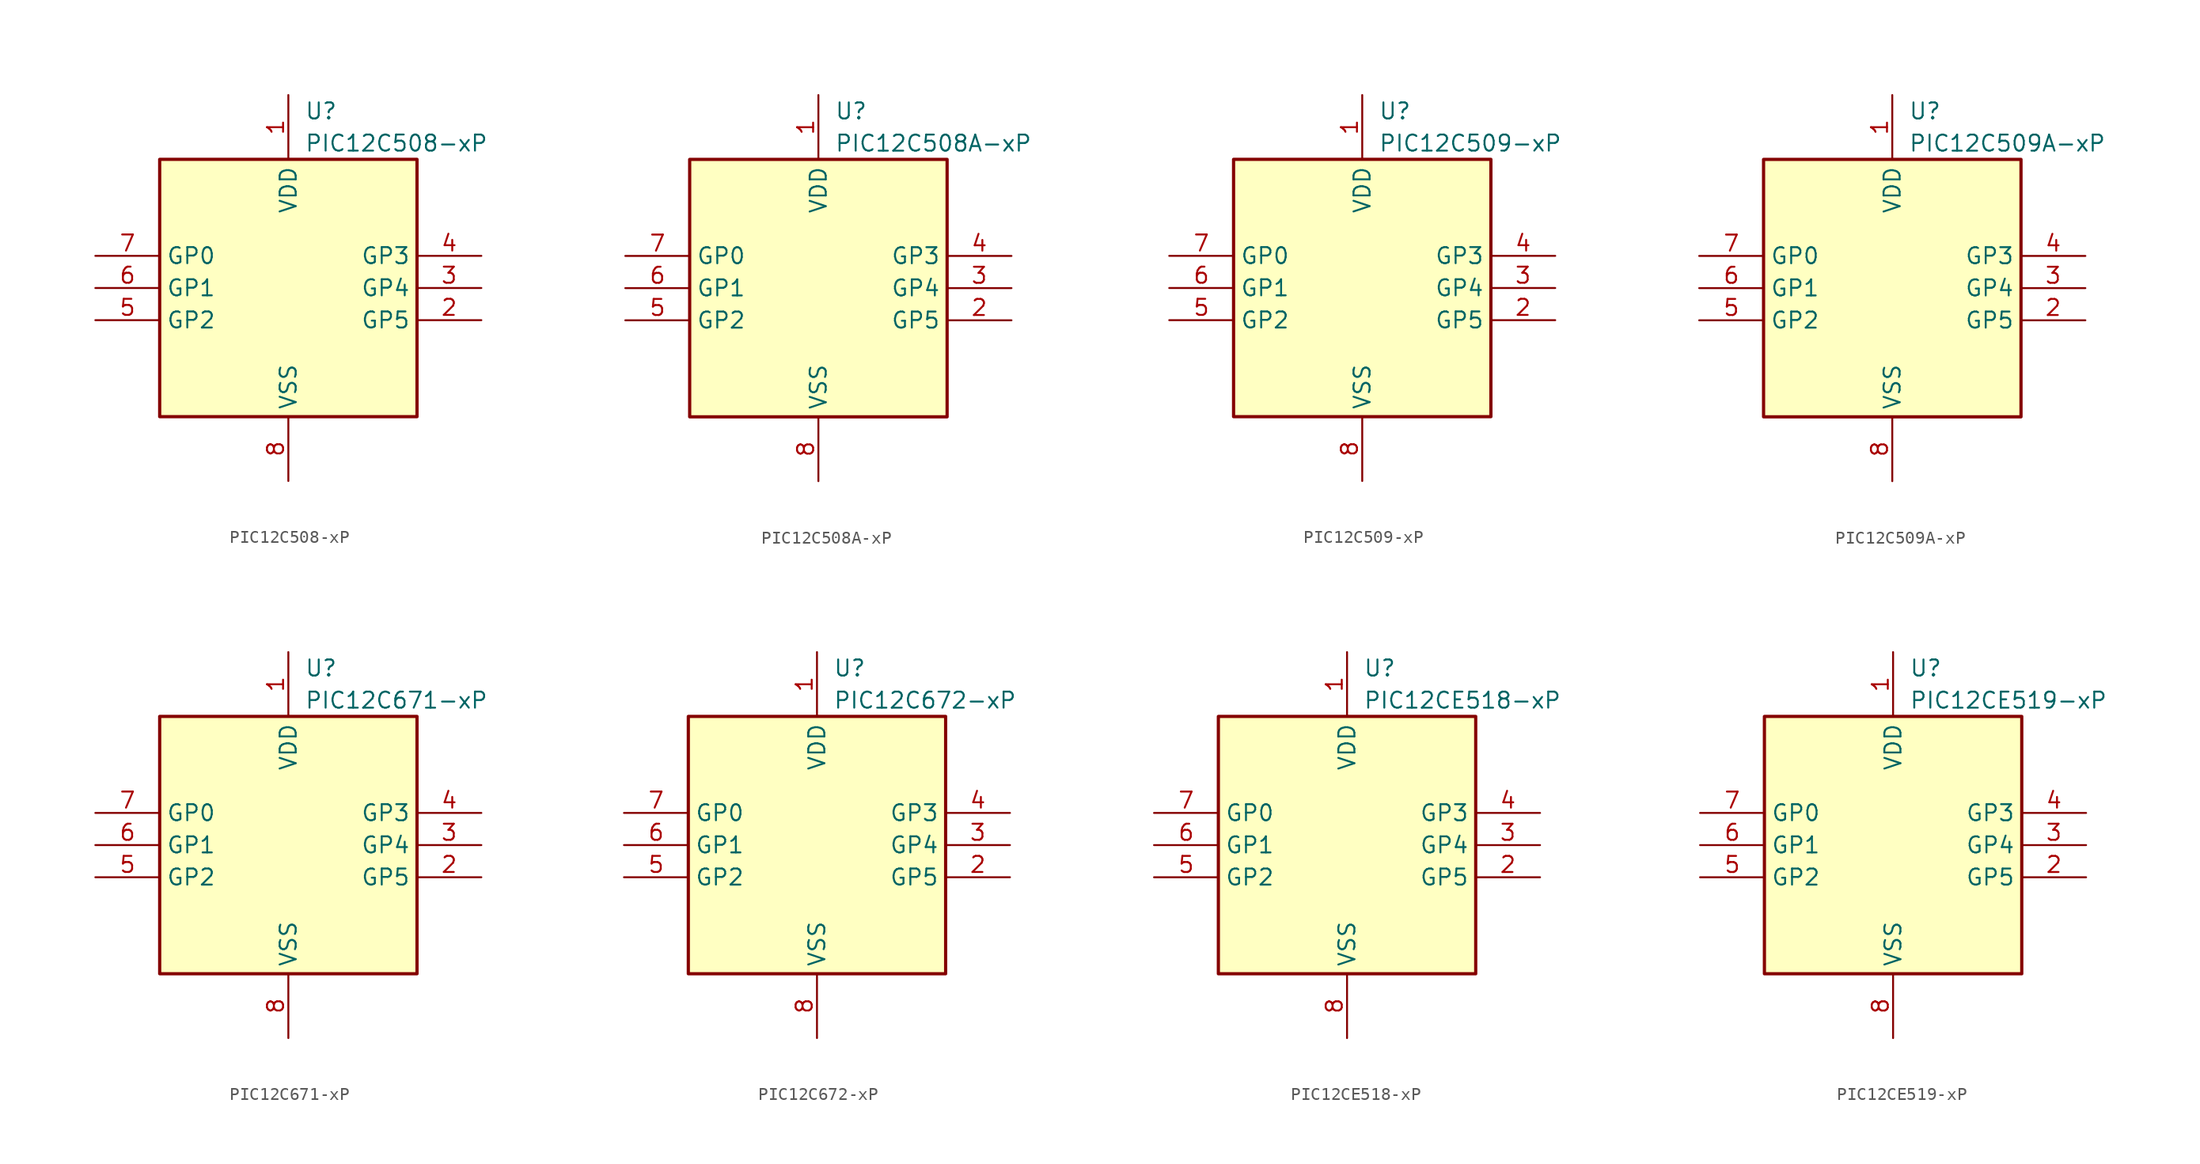
<source format=kicad_sym>
(kicad_symbol_lib
  (version 20231120)
  (generator "kicad_symbol_editor")
  (generator_version "8.0")
  (symbol "PIC12C508-xP"
    (property "Reference" "U"
      (at 1.27 13.97 0)
      (effects (font (size 1.27 1.27)) (justify left)))
    (property "Value" "PIC12C508-xP"
      (at 1.27 11.43 0)
      (effects (font (size 1.27 1.27)) (justify left)))
    (symbol "PIC12C508-xP_0_1"
      (rectangle (start 10.16 -10.16) (end -10.16 10.16) (stroke (width 0.254) (type default)) (fill (type background))))
    (symbol "PIC12C508-xP_1_1"
      (pin power_in line (at 0 15.24 270) (length 5.08) (name "VDD" (effects (font (size 1.27 1.27)))) (number "1" (effects (font (size 1.27 1.27)))))
      (pin bidirectional line (at 15.24 -2.54 180) (length 5.08) (name "GP5" (effects (font (size 1.27 1.27)))) (number "2" (effects (font (size 1.27 1.27)))))
      (pin bidirectional line (at 15.24 0 180) (length 5.08) (name "GP4" (effects (font (size 1.27 1.27)))) (number "3" (effects (font (size 1.27 1.27)))))
      (pin input line (at 15.24 2.54 180) (length 5.08) (name "GP3" (effects (font (size 1.27 1.27)))) (number "4" (effects (font (size 1.27 1.27)))))
      (pin bidirectional line (at -15.24 -2.54 0) (length 5.08) (name "GP2" (effects (font (size 1.27 1.27)))) (number "5" (effects (font (size 1.27 1.27)))))
      (pin bidirectional line (at -15.24 0 0) (length 5.08) (name "GP1" (effects (font (size 1.27 1.27)))) (number "6" (effects (font (size 1.27 1.27)))))
      (pin bidirectional line (at -15.24 2.54 0) (length 5.08) (name "GP0" (effects (font (size 1.27 1.27)))) (number "7" (effects (font (size 1.27 1.27)))))
      (pin power_in line (at 0 -15.24 90) (length 5.08) (name "VSS" (effects (font (size 1.27 1.27)))) (number "8" (effects (font (size 1.27 1.27)))))))
  (symbol "PIC12C508A-xP"
    (property "Reference" "U"
      (at 1.27 13.97 0)
      (effects (font (size 1.27 1.27)) (justify left)))
    (property "Value" "PIC12C508A-xP"
      (at 1.27 11.43 0)
      (effects (font (size 1.27 1.27)) (justify left)))
    (symbol "PIC12C508A-xP_0_1"
      (rectangle (start 10.16 -10.16) (end -10.16 10.16) (stroke (width 0.254) (type default)) (fill (type background))))
    (symbol "PIC12C508A-xP_1_1"
      (pin power_in line (at 0 15.24 270) (length 5.08) (name "VDD" (effects (font (size 1.27 1.27)))) (number "1" (effects (font (size 1.27 1.27)))))
      (pin bidirectional line (at 15.24 -2.54 180) (length 5.08) (name "GP5" (effects (font (size 1.27 1.27)))) (number "2" (effects (font (size 1.27 1.27)))))
      (pin bidirectional line (at 15.24 0 180) (length 5.08) (name "GP4" (effects (font (size 1.27 1.27)))) (number "3" (effects (font (size 1.27 1.27)))))
      (pin input line (at 15.24 2.54 180) (length 5.08) (name "GP3" (effects (font (size 1.27 1.27)))) (number "4" (effects (font (size 1.27 1.27)))))
      (pin bidirectional line (at -15.24 -2.54 0) (length 5.08) (name "GP2" (effects (font (size 1.27 1.27)))) (number "5" (effects (font (size 1.27 1.27)))))
      (pin bidirectional line (at -15.24 0 0) (length 5.08) (name "GP1" (effects (font (size 1.27 1.27)))) (number "6" (effects (font (size 1.27 1.27)))))
      (pin bidirectional line (at -15.24 2.54 0) (length 5.08) (name "GP0" (effects (font (size 1.27 1.27)))) (number "7" (effects (font (size 1.27 1.27)))))
      (pin power_in line (at 0 -15.24 90) (length 5.08) (name "VSS" (effects (font (size 1.27 1.27)))) (number "8" (effects (font (size 1.27 1.27)))))))
  (symbol "PIC12C509-xP"
    (property "Reference" "U"
      (at 1.27 13.97 0)
      (effects (font (size 1.27 1.27)) (justify left)))
    (property "Value" "PIC12C509-xP"
      (at 1.27 11.43 0)
      (effects (font (size 1.27 1.27)) (justify left)))
    (symbol "PIC12C509-xP_0_1"
      (rectangle (start 10.16 -10.16) (end -10.16 10.16) (stroke (width 0.254) (type default)) (fill (type background))))
    (symbol "PIC12C509-xP_1_1"
      (pin power_in line (at 0 15.24 270) (length 5.08) (name "VDD" (effects (font (size 1.27 1.27)))) (number "1" (effects (font (size 1.27 1.27)))))
      (pin bidirectional line (at 15.24 -2.54 180) (length 5.08) (name "GP5" (effects (font (size 1.27 1.27)))) (number "2" (effects (font (size 1.27 1.27)))))
      (pin bidirectional line (at 15.24 0 180) (length 5.08) (name "GP4" (effects (font (size 1.27 1.27)))) (number "3" (effects (font (size 1.27 1.27)))))
      (pin input line (at 15.24 2.54 180) (length 5.08) (name "GP3" (effects (font (size 1.27 1.27)))) (number "4" (effects (font (size 1.27 1.27)))))
      (pin bidirectional line (at -15.24 -2.54 0) (length 5.08) (name "GP2" (effects (font (size 1.27 1.27)))) (number "5" (effects (font (size 1.27 1.27)))))
      (pin bidirectional line (at -15.24 0 0) (length 5.08) (name "GP1" (effects (font (size 1.27 1.27)))) (number "6" (effects (font (size 1.27 1.27)))))
      (pin bidirectional line (at -15.24 2.54 0) (length 5.08) (name "GP0" (effects (font (size 1.27 1.27)))) (number "7" (effects (font (size 1.27 1.27)))))
      (pin power_in line (at 0 -15.24 90) (length 5.08) (name "VSS" (effects (font (size 1.27 1.27)))) (number "8" (effects (font (size 1.27 1.27)))))))
  (symbol "PIC12C509A-xP"
    (property "Reference" "U"
      (at 1.27 13.97 0)
      (effects (font (size 1.27 1.27)) (justify left)))
    (property "Value" "PIC12C509A-xP"
      (at 1.27 11.43 0)
      (effects (font (size 1.27 1.27)) (justify left)))
    (symbol "PIC12C509A-xP_0_1"
      (rectangle (start 10.16 -10.16) (end -10.16 10.16) (stroke (width 0.254) (type default)) (fill (type background))))
    (symbol "PIC12C509A-xP_1_1"
      (pin power_in line (at 0 15.24 270) (length 5.08) (name "VDD" (effects (font (size 1.27 1.27)))) (number "1" (effects (font (size 1.27 1.27)))))
      (pin bidirectional line (at 15.24 -2.54 180) (length 5.08) (name "GP5" (effects (font (size 1.27 1.27)))) (number "2" (effects (font (size 1.27 1.27)))))
      (pin bidirectional line (at 15.24 0 180) (length 5.08) (name "GP4" (effects (font (size 1.27 1.27)))) (number "3" (effects (font (size 1.27 1.27)))))
      (pin input line (at 15.24 2.54 180) (length 5.08) (name "GP3" (effects (font (size 1.27 1.27)))) (number "4" (effects (font (size 1.27 1.27)))))
      (pin bidirectional line (at -15.24 -2.54 0) (length 5.08) (name "GP2" (effects (font (size 1.27 1.27)))) (number "5" (effects (font (size 1.27 1.27)))))
      (pin bidirectional line (at -15.24 0 0) (length 5.08) (name "GP1" (effects (font (size 1.27 1.27)))) (number "6" (effects (font (size 1.27 1.27)))))
      (pin bidirectional line (at -15.24 2.54 0) (length 5.08) (name "GP0" (effects (font (size 1.27 1.27)))) (number "7" (effects (font (size 1.27 1.27)))))
      (pin power_in line (at 0 -15.24 90) (length 5.08) (name "VSS" (effects (font (size 1.27 1.27)))) (number "8" (effects (font (size 1.27 1.27)))))))
  (symbol "PIC12C671-xP"
    (property "Reference" "U"
      (at 1.27 13.97 0)
      (effects (font (size 1.27 1.27)) (justify left)))
    (property "Value" "PIC12C671-xP"
      (at 1.27 11.43 0)
      (effects (font (size 1.27 1.27)) (justify left)))
    (symbol "PIC12C671-xP_0_1"
      (rectangle (start 10.16 -10.16) (end -10.16 10.16) (stroke (width 0.254) (type default)) (fill (type background))))
    (symbol "PIC12C671-xP_1_1"
      (pin power_in line (at 0 15.24 270) (length 5.08) (name "VDD" (effects (font (size 1.27 1.27)))) (number "1" (effects (font (size 1.27 1.27)))))
      (pin bidirectional line (at 15.24 -2.54 180) (length 5.08) (name "GP5" (effects (font (size 1.27 1.27)))) (number "2" (effects (font (size 1.27 1.27)))))
      (pin bidirectional line (at 15.24 0 180) (length 5.08) (name "GP4" (effects (font (size 1.27 1.27)))) (number "3" (effects (font (size 1.27 1.27)))))
      (pin input line (at 15.24 2.54 180) (length 5.08) (name "GP3" (effects (font (size 1.27 1.27)))) (number "4" (effects (font (size 1.27 1.27)))))
      (pin bidirectional line (at -15.24 -2.54 0) (length 5.08) (name "GP2" (effects (font (size 1.27 1.27)))) (number "5" (effects (font (size 1.27 1.27)))))
      (pin bidirectional line (at -15.24 0 0) (length 5.08) (name "GP1" (effects (font (size 1.27 1.27)))) (number "6" (effects (font (size 1.27 1.27)))))
      (pin bidirectional line (at -15.24 2.54 0) (length 5.08) (name "GP0" (effects (font (size 1.27 1.27)))) (number "7" (effects (font (size 1.27 1.27)))))
      (pin power_in line (at 0 -15.24 90) (length 5.08) (name "VSS" (effects (font (size 1.27 1.27)))) (number "8" (effects (font (size 1.27 1.27)))))))
  (symbol "PIC12C672-xP"
    (property "Reference" "U"
      (at 1.27 13.97 0)
      (effects (font (size 1.27 1.27)) (justify left)))
    (property "Value" "PIC12C672-xP"
      (at 1.27 11.43 0)
      (effects (font (size 1.27 1.27)) (justify left)))
    (symbol "PIC12C672-xP_0_1"
      (rectangle (start 10.16 -10.16) (end -10.16 10.16) (stroke (width 0.254) (type default)) (fill (type background))))
    (symbol "PIC12C672-xP_1_1"
      (pin power_in line (at 0 15.24 270) (length 5.08) (name "VDD" (effects (font (size 1.27 1.27)))) (number "1" (effects (font (size 1.27 1.27)))))
      (pin bidirectional line (at 15.24 -2.54 180) (length 5.08) (name "GP5" (effects (font (size 1.27 1.27)))) (number "2" (effects (font (size 1.27 1.27)))))
      (pin bidirectional line (at 15.24 0 180) (length 5.08) (name "GP4" (effects (font (size 1.27 1.27)))) (number "3" (effects (font (size 1.27 1.27)))))
      (pin input line (at 15.24 2.54 180) (length 5.08) (name "GP3" (effects (font (size 1.27 1.27)))) (number "4" (effects (font (size 1.27 1.27)))))
      (pin bidirectional line (at -15.24 -2.54 0) (length 5.08) (name "GP2" (effects (font (size 1.27 1.27)))) (number "5" (effects (font (size 1.27 1.27)))))
      (pin bidirectional line (at -15.24 0 0) (length 5.08) (name "GP1" (effects (font (size 1.27 1.27)))) (number "6" (effects (font (size 1.27 1.27)))))
      (pin bidirectional line (at -15.24 2.54 0) (length 5.08) (name "GP0" (effects (font (size 1.27 1.27)))) (number "7" (effects (font (size 1.27 1.27)))))
      (pin power_in line (at 0 -15.24 90) (length 5.08) (name "VSS" (effects (font (size 1.27 1.27)))) (number "8" (effects (font (size 1.27 1.27)))))))
  (symbol "PIC12CE518-xP"
    (property "Reference" "U"
      (at 1.27 13.97 0)
      (effects (font (size 1.27 1.27)) (justify left)))
    (property "Value" "PIC12CE518-xP"
      (at 1.27 11.43 0)
      (effects (font (size 1.27 1.27)) (justify left)))
    (symbol "PIC12CE518-xP_0_1"
      (rectangle (start 10.16 -10.16) (end -10.16 10.16) (stroke (width 0.254) (type default)) (fill (type background))))
    (symbol "PIC12CE518-xP_1_1"
      (pin power_in line (at 0 15.24 270) (length 5.08) (name "VDD" (effects (font (size 1.27 1.27)))) (number "1" (effects (font (size 1.27 1.27)))))
      (pin bidirectional line (at 15.24 -2.54 180) (length 5.08) (name "GP5" (effects (font (size 1.27 1.27)))) (number "2" (effects (font (size 1.27 1.27)))))
      (pin bidirectional line (at 15.24 0 180) (length 5.08) (name "GP4" (effects (font (size 1.27 1.27)))) (number "3" (effects (font (size 1.27 1.27)))))
      (pin input line (at 15.24 2.54 180) (length 5.08) (name "GP3" (effects (font (size 1.27 1.27)))) (number "4" (effects (font (size 1.27 1.27)))))
      (pin bidirectional line (at -15.24 -2.54 0) (length 5.08) (name "GP2" (effects (font (size 1.27 1.27)))) (number "5" (effects (font (size 1.27 1.27)))))
      (pin bidirectional line (at -15.24 0 0) (length 5.08) (name "GP1" (effects (font (size 1.27 1.27)))) (number "6" (effects (font (size 1.27 1.27)))))
      (pin bidirectional line (at -15.24 2.54 0) (length 5.08) (name "GP0" (effects (font (size 1.27 1.27)))) (number "7" (effects (font (size 1.27 1.27)))))
      (pin power_in line (at 0 -15.24 90) (length 5.08) (name "VSS" (effects (font (size 1.27 1.27)))) (number "8" (effects (font (size 1.27 1.27)))))))
  (symbol "PIC12CE519-xP"
    (property "Reference" "U"
      (at 1.27 13.97 0)
      (effects (font (size 1.27 1.27)) (justify left)))
    (property "Value" "PIC12CE519-xP"
      (at 1.27 11.43 0)
      (effects (font (size 1.27 1.27)) (justify left)))
    (symbol "PIC12CE519-xP_0_1"
      (rectangle (start 10.16 -10.16) (end -10.16 10.16) (stroke (width 0.254) (type default)) (fill (type background))))
    (symbol "PIC12CE519-xP_1_1"
      (pin power_in line (at 0 15.24 270) (length 5.08) (name "VDD" (effects (font (size 1.27 1.27)))) (number "1" (effects (font (size 1.27 1.27)))))
      (pin bidirectional line (at 15.24 -2.54 180) (length 5.08) (name "GP5" (effects (font (size 1.27 1.27)))) (number "2" (effects (font (size 1.27 1.27)))))
      (pin bidirectional line (at 15.24 0 180) (length 5.08) (name "GP4" (effects (font (size 1.27 1.27)))) (number "3" (effects (font (size 1.27 1.27)))))
      (pin input line (at 15.24 2.54 180) (length 5.08) (name "GP3" (effects (font (size 1.27 1.27)))) (number "4" (effects (font (size 1.27 1.27)))))
      (pin bidirectional line (at -15.24 -2.54 0) (length 5.08) (name "GP2" (effects (font (size 1.27 1.27)))) (number "5" (effects (font (size 1.27 1.27)))))
      (pin bidirectional line (at -15.24 0 0) (length 5.08) (name "GP1" (effects (font (size 1.27 1.27)))) (number "6" (effects (font (size 1.27 1.27)))))
      (pin bidirectional line (at -15.24 2.54 0) (length 5.08) (name "GP0" (effects (font (size 1.27 1.27)))) (number "7" (effects (font (size 1.27 1.27)))))
      (pin power_in line (at 0 -15.24 90) (length 5.08) (name "VSS" (effects (font (size 1.27 1.27)))) (number "8" (effects (font (size 1.27 1.27))))))))
</source>
